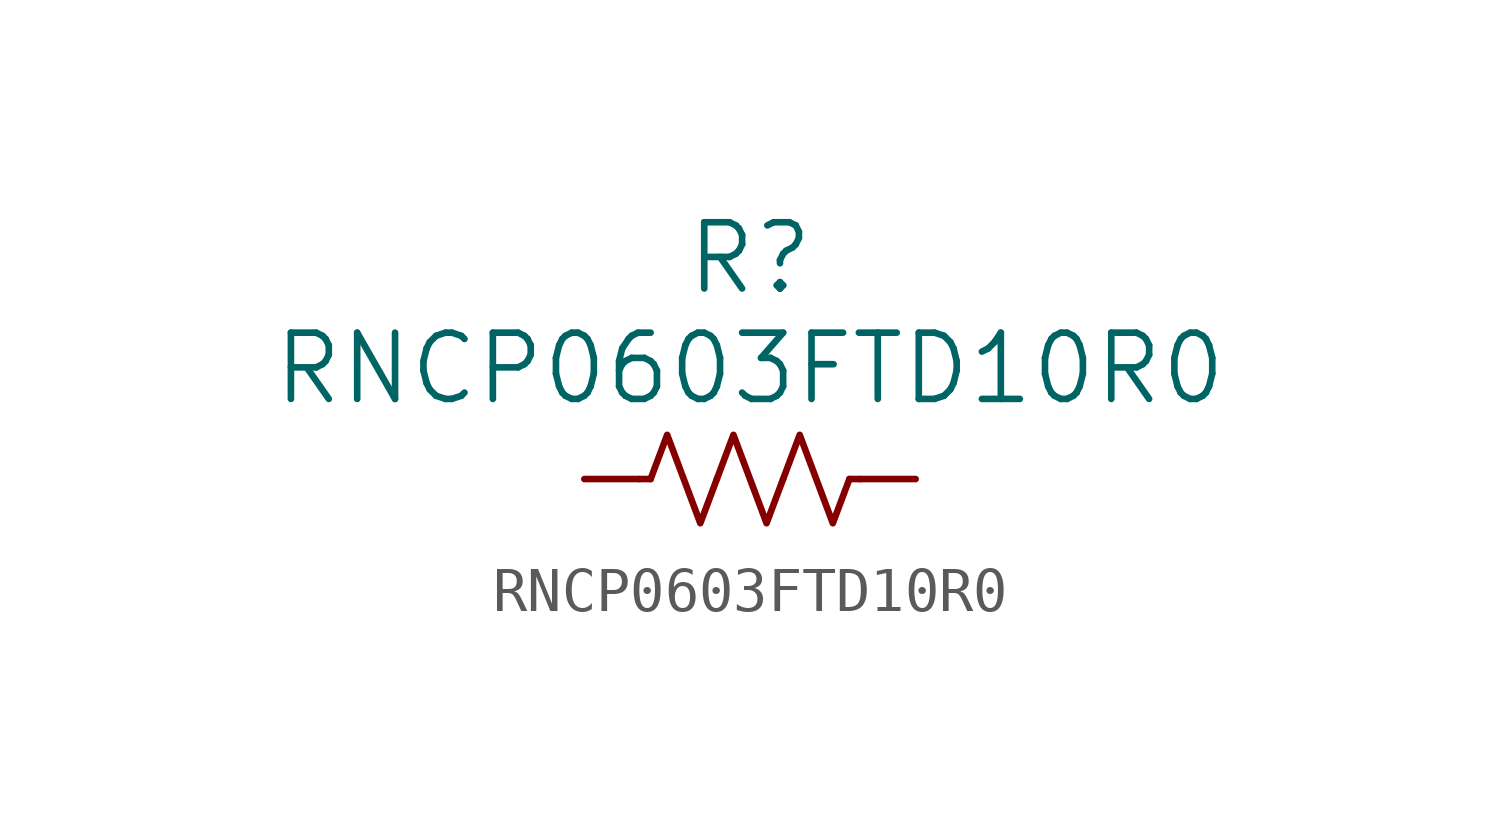
<source format=kicad_sym>
(kicad_symbol_lib
  (version 20220328)
  (generator kicad_symbol_editor)
  (symbol "RNCP0603FTD10R0"
    (pin_numbers hide)
    (pin_names
      (offset -2.54))
    (property "Reference" "R"
      (at 0 5.08 0)
      (effects (font (size 1.524 1.524))))
    (property "Value" "RNCP0603FTD10R0"
      (at 0 2.54 0)
      (effects (font (size 1.524 1.524))))
    (symbol "RNCP0603FTD10R0_0_1"
      (polyline (pts (xy -2.286 0) (xy -2.54 0)) (stroke (width 0) (type default)) (fill (type none)))
      (polyline (pts (xy 2.286 0) (xy 2.54 0)) (stroke (width 0) (type default)) (fill (type none)))
      (polyline (pts (xy -2.286 0) (xy -1.905 1.016) (xy -1.524 0) (xy -1.143 -1.016) (xy -0.762 0)) (stroke (width 0) (type default)) (fill (type none)))
      (polyline (pts (xy -0.762 0) (xy -0.381 1.016) (xy 0 0) (xy 0.381 -1.016) (xy 0.762 0)) (stroke (width 0) (type default)) (fill (type none)))
      (polyline (pts (xy 0.762 0) (xy 1.143 1.016) (xy 1.524 0) (xy 1.905 -1.016) (xy 2.286 0)) (stroke (width 0) (type default)) (fill (type none))))
    (symbol "RNCP0603FTD10R0_1_1"
      (pin passive line (at -3.81 0 0) (length 1.27) (name "~" (effects (font (size 1.27 1.27)))) (number "1" (effects (font (size 1.27 1.27)))))
      (pin passive line (at 3.81 0 180) (length 1.27) (name "~" (effects (font (size 1.27 1.27)))) (number "2" (effects (font (size 1.27 1.27))))))))
</source>
